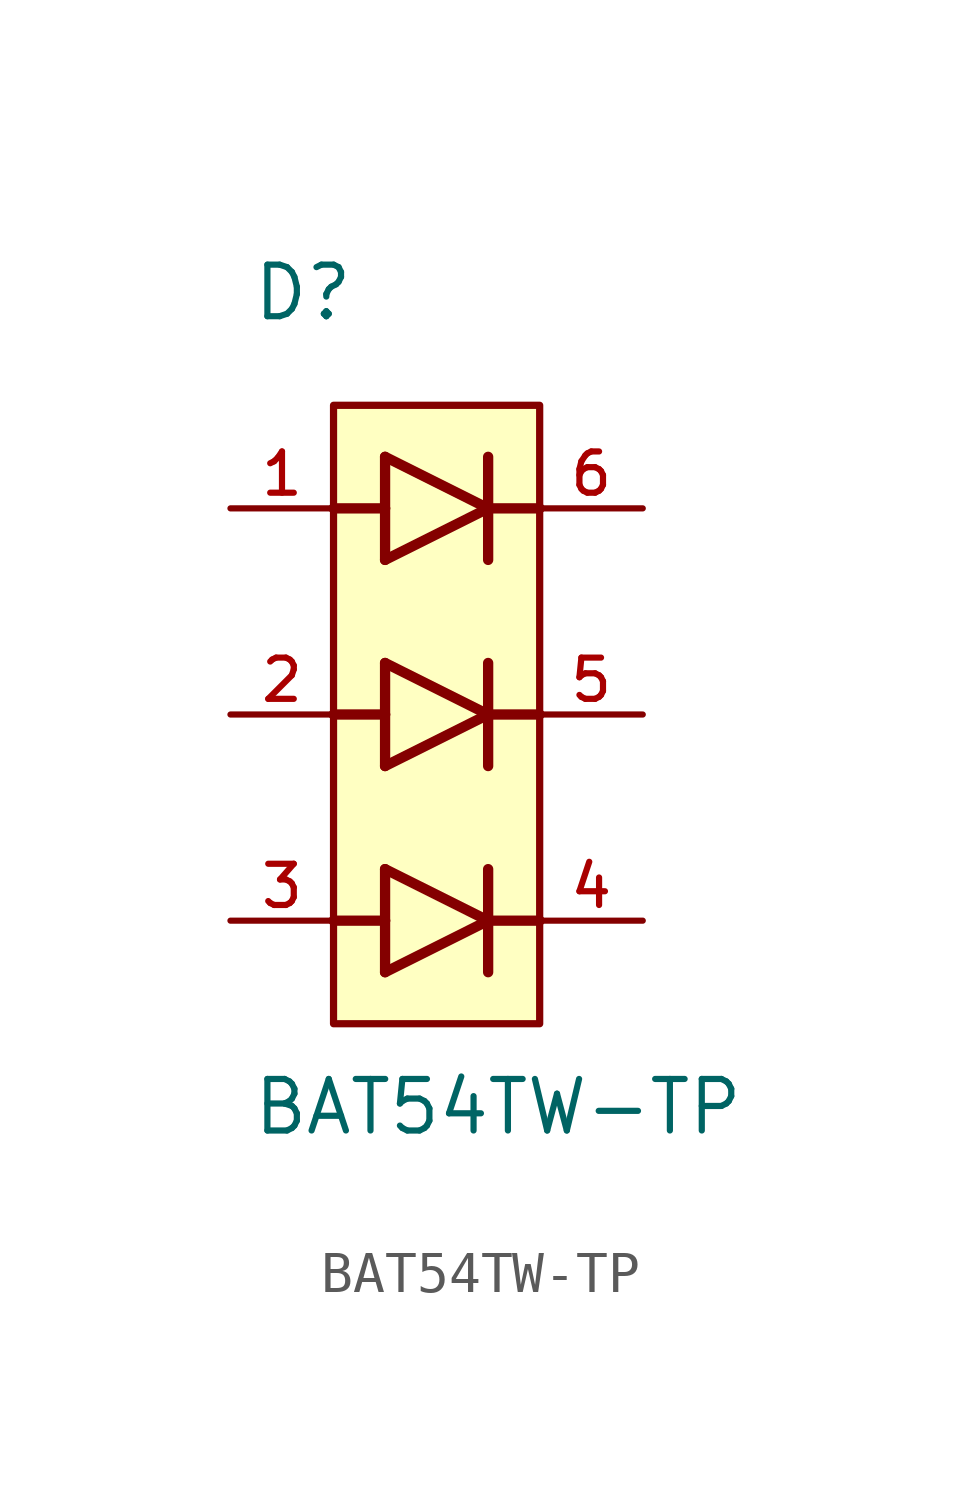
<source format=kicad_sym>
(kicad_symbol_lib
  (version 20211014)
  (generator kicad_symbol_editor)
  (symbol "BAT54TW-TP"
    (pin_names
      (offset 1.016))
    (property "Reference" "D"
      (at -4.572 9.652 0)
      (effects (font (size 1.27 1.27)) (justify bottom left)))
    (property "Value" "BAT54TW-TP"
      (at -4.572 -10.414 0)
      (effects (font (size 1.27 1.27)) (justify bottom left)))
    (symbol "BAT54TW-TP_0_0"
      (polyline (pts (xy -1.27 3.81) (xy 1.27 5.08)) (stroke (width 0.254)))
      (polyline (pts (xy 1.27 5.08) (xy -1.27 6.35)) (stroke (width 0.254)))
      (polyline (pts (xy 1.27 6.35) (xy 1.27 5.08)) (stroke (width 0.254)))
      (polyline (pts (xy -1.27 6.35) (xy -1.27 5.08)) (stroke (width 0.254)))
      (polyline (pts (xy -1.27 5.08) (xy -1.27 3.81)) (stroke (width 0.254)))
      (polyline (pts (xy 1.27 5.08) (xy 1.27 3.81)) (stroke (width 0.254)))
      (polyline (pts (xy -2.54 5.08) (xy -1.27 5.08)) (stroke (width 0.254)))
      (polyline (pts (xy 1.27 5.08) (xy 2.54 5.08)) (stroke (width 0.254)))
      (polyline (pts (xy -1.27 -1.27) (xy 1.27 0.0)) (stroke (width 0.254)))
      (polyline (pts (xy 1.27 0.0) (xy -1.27 1.27)) (stroke (width 0.254)))
      (polyline (pts (xy 1.27 1.27) (xy 1.27 0.0)) (stroke (width 0.254)))
      (polyline (pts (xy -1.27 1.27) (xy -1.27 0.0)) (stroke (width 0.254)))
      (polyline (pts (xy -1.27 0.0) (xy -1.27 -1.27)) (stroke (width 0.254)))
      (polyline (pts (xy 1.27 0.0) (xy 1.27 -1.27)) (stroke (width 0.254)))
      (polyline (pts (xy -2.54 0.0) (xy -1.27 0.0)) (stroke (width 0.254)))
      (polyline (pts (xy 1.27 0.0) (xy 2.54 0.0)) (stroke (width 0.254)))
      (polyline (pts (xy -1.27 -6.35) (xy 1.27 -5.08)) (stroke (width 0.254)))
      (polyline (pts (xy 1.27 -5.08) (xy -1.27 -3.81)) (stroke (width 0.254)))
      (polyline (pts (xy 1.27 -3.81) (xy 1.27 -5.08)) (stroke (width 0.254)))
      (polyline (pts (xy -1.27 -3.81) (xy -1.27 -5.08)) (stroke (width 0.254)))
      (polyline (pts (xy -1.27 -5.08) (xy -1.27 -6.35)) (stroke (width 0.254)))
      (polyline (pts (xy 1.27 -5.08) (xy 1.27 -6.35)) (stroke (width 0.254)))
      (polyline (pts (xy -2.54 -5.08) (xy -1.27 -5.08)) (stroke (width 0.254)))
      (polyline (pts (xy 1.27 -5.08) (xy 2.54 -5.08)) (stroke (width 0.254)))
      (rectangle (start -2.54 -7.62) (end 2.54 7.62) (stroke (width 0.178)) (fill (type background)))
      (pin passive line (at 5.08 5.08 180.0) (length 2.54) (name "~" (effects (font (size 1.016 1.016)))) (number "6" (effects (font (size 1.016 1.016)))))
      (pin passive line (at -5.08 5.08 0) (length 2.54) (name "~" (effects (font (size 1.016 1.016)))) (number "1" (effects (font (size 1.016 1.016)))))
      (pin passive line (at 5.08 0.0 180.0) (length 2.54) (name "~" (effects (font (size 1.016 1.016)))) (number "5" (effects (font (size 1.016 1.016)))))
      (pin passive line (at -5.08 0.0 0) (length 2.54) (name "~" (effects (font (size 1.016 1.016)))) (number "2" (effects (font (size 1.016 1.016)))))
      (pin passive line (at 5.08 -5.08 180.0) (length 2.54) (name "~" (effects (font (size 1.016 1.016)))) (number "4" (effects (font (size 1.016 1.016)))))
      (pin passive line (at -5.08 -5.08 0) (length 2.54) (name "~" (effects (font (size 1.016 1.016)))) (number "3" (effects (font (size 1.016 1.016))))))))
</source>
